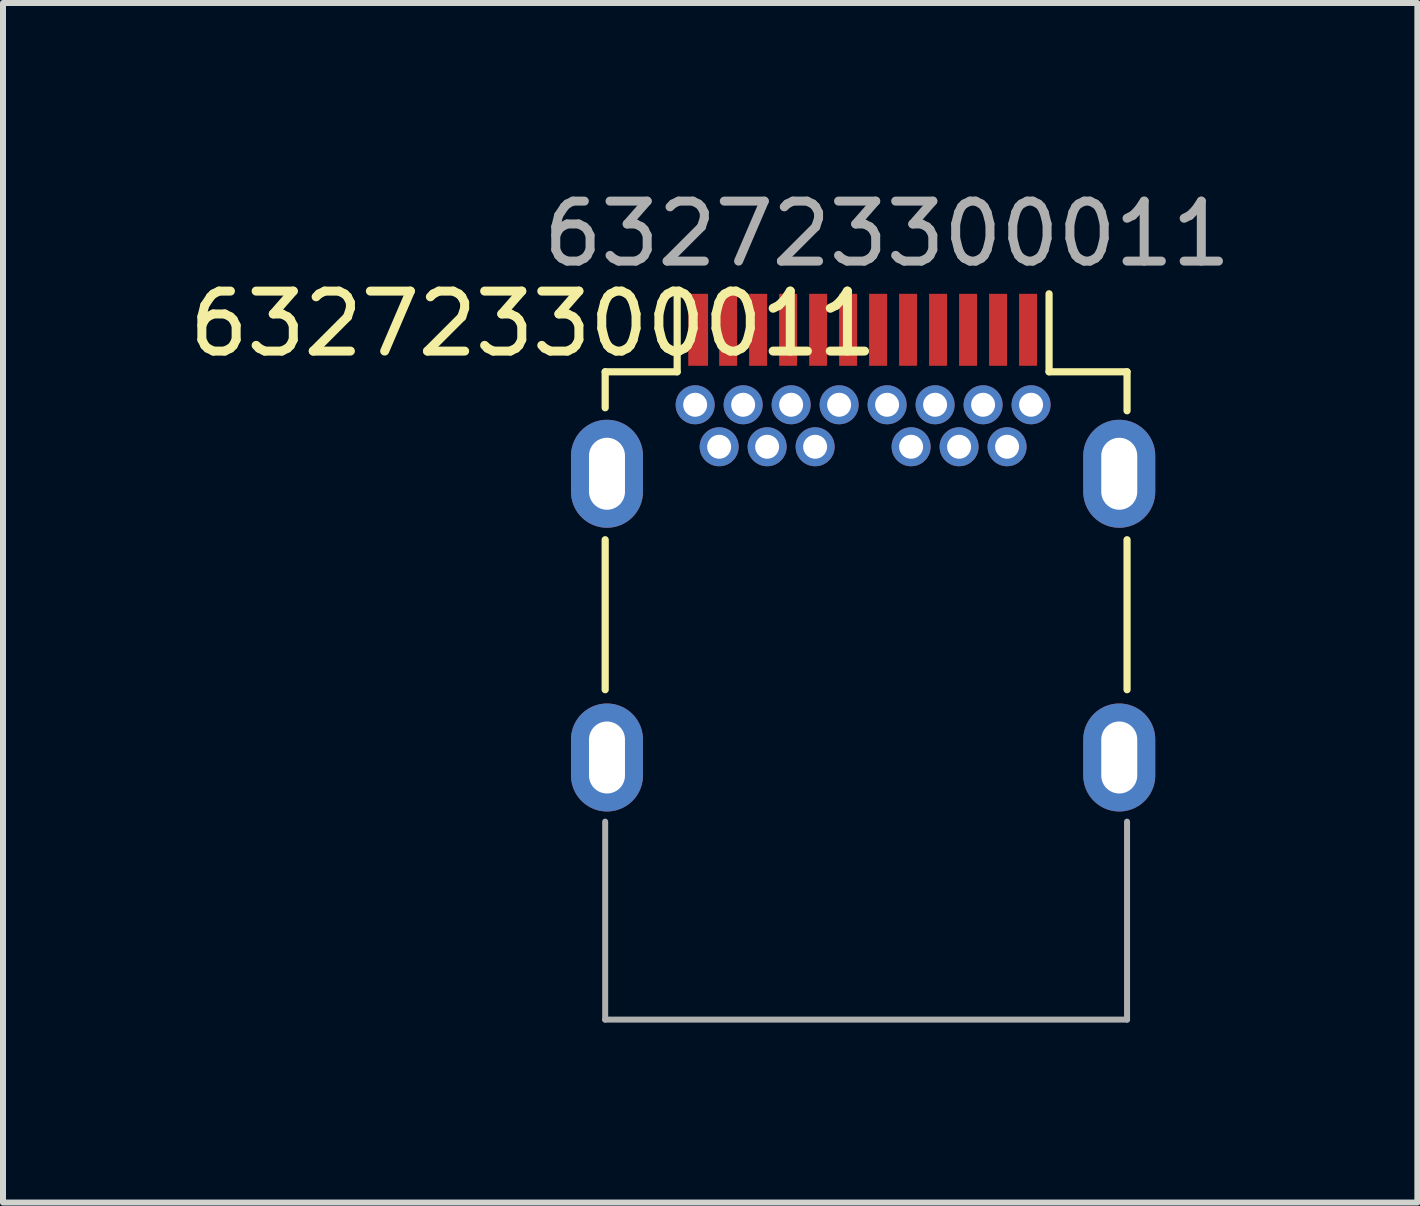
<source format=kicad_pcb>
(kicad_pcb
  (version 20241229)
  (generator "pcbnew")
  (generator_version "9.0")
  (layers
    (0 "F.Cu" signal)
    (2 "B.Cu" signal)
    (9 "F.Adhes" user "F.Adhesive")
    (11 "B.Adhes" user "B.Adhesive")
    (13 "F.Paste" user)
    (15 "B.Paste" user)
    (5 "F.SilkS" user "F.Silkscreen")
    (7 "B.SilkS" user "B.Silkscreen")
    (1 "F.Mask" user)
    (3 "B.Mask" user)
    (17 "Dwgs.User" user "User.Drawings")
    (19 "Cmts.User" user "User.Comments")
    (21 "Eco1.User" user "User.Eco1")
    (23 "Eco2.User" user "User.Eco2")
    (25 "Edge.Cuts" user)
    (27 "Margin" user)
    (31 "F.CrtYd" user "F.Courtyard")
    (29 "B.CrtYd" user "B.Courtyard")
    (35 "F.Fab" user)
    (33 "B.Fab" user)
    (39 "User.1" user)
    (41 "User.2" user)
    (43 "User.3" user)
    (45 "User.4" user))
  (footprint "632723300011"
    (layer "F.Cu")
    (at 11.339 2.448)
    (property "Reference" "632723300011" (at -5.5 -0.1 0) (unlocked yes) (layer "F.SilkS") (effects (font (size 1 1) (thickness 0.15))))
    (attr through_hole)
    (fp_line (start -4.3 0.7) (end -4.3 1.3) (stroke (width 0.12) (type solid)) (layer "F.SilkS"))
    (fp_line (start -4.3 0.7) (end -3.1 0.7) (stroke (width 0.12) (type solid)) (layer "F.SilkS"))
    (fp_line (start -4.3 3.5) (end -4.3 6) (stroke (width 0.12) (type solid)) (layer "F.SilkS"))
    (fp_line (start -3.1 -0.6) (end -3.1 0.7) (stroke (width 0.12) (type solid)) (layer "F.SilkS"))
    (fp_line (start 3.1 -0.6) (end 3.1 0.7) (stroke (width 0.12) (type solid)) (layer "F.SilkS"))
    (fp_line (start 3.1 0.7) (end 4.4 0.7) (stroke (width 0.12) (type solid)) (layer "F.SilkS"))
    (fp_line (start 4.4 0.7) (end 4.4 1.35) (stroke (width 0.12) (type solid)) (layer "F.SilkS"))
    (fp_line (start 4.4 3.5) (end 4.4 6) (stroke (width 0.12) (type solid)) (layer "F.SilkS"))
    (fp_line (start -4.3 8.2) (end -4.3 11.5) (stroke (width 0.1) (type solid)) (layer "F.Fab"))
    (fp_line (start -4.3 11.5) (end 4.4 11.5) (stroke (width 0.1) (type solid)) (layer "F.Fab"))
    (fp_line (start 4.4 11.5) (end 4.4 8.2) (stroke (width 0.1) (type solid)) (layer "F.Fab"))
    (fp_text user "${REFERENCE}" (at 0.4 -1.6 0) (unlocked yes) (layer "F.Fab") (effects (font (size 1 1) (thickness 0.15))))
    (pad "A1" smd rect (at -2.75 0) (size 0.33 1.2) (layers "F.Cu" "F.Mask" "F.Paste"))
    (pad "A2" smd rect (at -2.25 0) (size 0.3 1.2) (layers "F.Cu" "F.Mask" "F.Paste"))
    (pad "A3" smd rect (at -1.75 0) (size 0.3 1.2) (layers "F.Cu" "F.Mask" "F.Paste"))
    (pad "A4" smd rect (at -1.25 0) (size 0.3 1.2) (layers "F.Cu" "F.Mask" "F.Paste"))
    (pad "A5" smd rect (at -0.75 0) (size 0.3 1.2) (layers "F.Cu" "F.Mask" "F.Paste"))
    (pad "A6" smd rect (at -0.25 0) (size 0.3 1.2) (layers "F.Cu" "F.Mask" "F.Paste"))
    (pad "A7" smd rect (at 0.25 0) (size 0.3 1.2) (layers "F.Cu" "F.Mask" "F.Paste"))
    (pad "A8" smd rect (at 0.75 0) (size 0.3 1.2) (layers "F.Cu" "F.Mask" "F.Paste"))
    (pad "A9" smd rect (at 1.25 0) (size 0.3 1.2) (layers "F.Cu" "F.Mask" "F.Paste"))
    (pad "A10" smd rect (at 1.75 0) (size 0.3 1.2) (layers "F.Cu" "F.Mask" "F.Paste"))
    (pad "A11" smd rect (at 2.25 0) (size 0.3 1.2) (layers "F.Cu" "F.Mask" "F.Paste"))
    (pad "A12" smd rect (at 2.75 0) (size 0.3 1.2) (layers "F.Cu" "F.Mask" "F.Paste"))
    (pad "B1" thru_hole oval (at 2.8 1.25) (size 0.65 0.65) (drill oval 0.4) (layers "*.Cu" "*.Mask"))
    (pad "B2" thru_hole circle (at 2.4 1.95) (size 0.65 0.65) (drill 0.4) (layers "*.Cu" "*.Mask"))
    (pad "B3" thru_hole circle (at 1.6 1.95) (size 0.65 0.65) (drill 0.4) (layers "*.Cu" "*.Mask"))
    (pad "B4" thru_hole circle (at 1.2 1.25) (size 0.65 0.65) (drill 0.4) (layers "*.Cu" "*.Mask"))
    (pad "B5" thru_hole circle (at 0.8 1.95) (size 0.65 0.65) (drill 0.4) (layers "*.Cu" "*.Mask"))
    (pad "B6" thru_hole circle (at 0.4 1.25) (size 0.65 0.65) (drill 0.4) (layers "*.Cu" "*.Mask"))
    (pad "B7" thru_hole circle (at -0.4 1.25) (size 0.65 0.65) (drill 0.4) (layers "*.Cu" "*.Mask"))
    (pad "B8" thru_hole circle (at -0.8 1.95) (size 0.65 0.65) (drill 0.4) (layers "*.Cu" "*.Mask"))
    (pad "B9" thru_hole circle (at -1.2 1.25) (size 0.65 0.65) (drill 0.4) (layers "*.Cu" "*.Mask"))
    (pad "B10" thru_hole circle (at -1.6 1.95) (size 0.65 0.65) (drill 0.4) (layers "*.Cu" "*.Mask"))
    (pad "B11" thru_hole circle (at -2.4 1.95) (size 0.65 0.65) (drill 0.4) (layers "*.Cu" "*.Mask"))
    (pad "B12" thru_hole oval (at -2.8 1.25) (size 0.65 0.65) (drill oval 0.4) (layers "*.Cu" "*.Mask"))
    (pad "S1" thru_hole oval (at -4.27 2.4) (size 1.2 1.8) (drill oval 0.6 1.2) (layers "*.Cu" "*.Mask"))
    (pad "S1" thru_hole oval (at -4.27 7.13) (size 1.2 1.8) (drill oval 0.6 1.2) (layers "*.Cu" "*.Mask"))
    (pad "S1" thru_hole circle (at -2 1.25) (size 0.65 0.65) (drill 0.4) (layers "*.Cu" "*.Mask"))
    (pad "S1" thru_hole circle (at 2 1.25) (size 0.65 0.65) (drill 0.4) (layers "*.Cu" "*.Mask"))
    (pad "S1" thru_hole oval (at 4.27 2.4) (size 1.2 1.8) (drill oval 0.6 1.2) (layers "*.Cu" "*.Mask"))
    (pad "S1" thru_hole oval (at 4.27 7.13) (size 1.2 1.8) (drill oval 0.6 1.2) (layers "*.Cu" "*.Mask")))
  (gr_rect
    (start -3 -3)
    (end 20.579 16.998)
    (stroke (width 0.1) (type default))
    (fill no)
    (layer "Edge.Cuts")))
</source>
